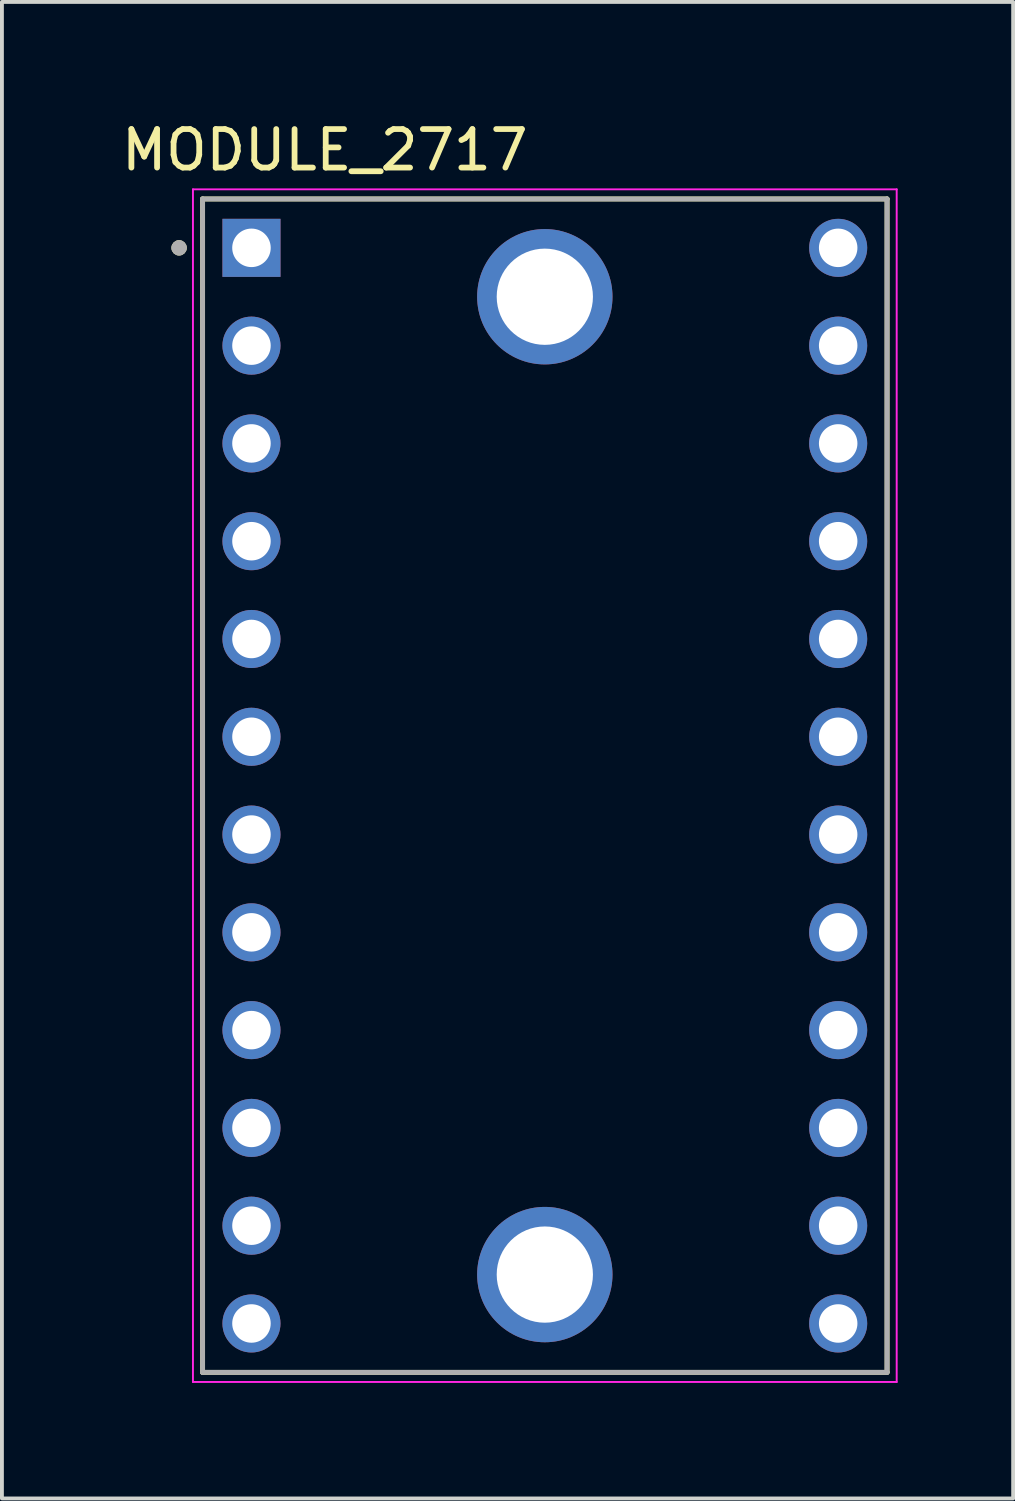
<source format=kicad_pcb>
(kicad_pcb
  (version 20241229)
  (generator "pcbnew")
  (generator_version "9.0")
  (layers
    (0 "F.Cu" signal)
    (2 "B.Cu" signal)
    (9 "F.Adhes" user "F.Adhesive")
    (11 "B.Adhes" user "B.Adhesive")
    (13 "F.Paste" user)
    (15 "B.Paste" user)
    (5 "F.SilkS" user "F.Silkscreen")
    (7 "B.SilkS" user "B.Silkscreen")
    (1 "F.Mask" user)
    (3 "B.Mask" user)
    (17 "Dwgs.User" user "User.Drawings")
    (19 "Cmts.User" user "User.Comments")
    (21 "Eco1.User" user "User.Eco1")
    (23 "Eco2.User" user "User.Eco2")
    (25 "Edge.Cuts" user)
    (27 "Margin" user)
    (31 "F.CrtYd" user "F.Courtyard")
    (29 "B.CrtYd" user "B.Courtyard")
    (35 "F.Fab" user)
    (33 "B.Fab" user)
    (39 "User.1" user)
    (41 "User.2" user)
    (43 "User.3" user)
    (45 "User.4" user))
  (footprint "MODULE_2717"
    (layer "F.Cu")
    (at 11.102 17.358)
    (property "Reference" "MODULE_2717" (at -5.715 -16.51 0) (layer "F.SilkS") (effects (font (size 1 1) (thickness 0.15))))
    (attr through_hole)
    (fp_line (start -8.89 -15.24) (end 8.89 -15.24) (stroke (width 0.127) (type solid)) (layer "F.SilkS"))
    (fp_line (start -8.89 15.24) (end -8.89 -15.24) (stroke (width 0.127) (type solid)) (layer "F.SilkS"))
    (fp_line (start 8.89 -15.24) (end 8.89 15.24) (stroke (width 0.127) (type solid)) (layer "F.SilkS"))
    (fp_line (start 8.89 15.24) (end -8.89 15.24) (stroke (width 0.127) (type solid)) (layer "F.SilkS"))
    (fp_circle (center -9.5 -13.97) (end -9.4 -13.97) (stroke (width 0.2) (type solid)) (fill no) (layer "F.SilkS"))
    (fp_line (start -9.14 -15.49) (end -9.14 15.49) (stroke (width 0.05) (type solid)) (layer "F.CrtYd"))
    (fp_line (start -9.14 15.49) (end 9.14 15.49) (stroke (width 0.05) (type solid)) (layer "F.CrtYd"))
    (fp_line (start 9.14 -15.49) (end -9.14 -15.49) (stroke (width 0.05) (type solid)) (layer "F.CrtYd"))
    (fp_line (start 9.14 15.49) (end 9.14 -15.49) (stroke (width 0.05) (type solid)) (layer "F.CrtYd"))
    (fp_line (start -8.89 -15.24) (end 8.89 -15.24) (stroke (width 0.127) (type solid)) (layer "F.Fab"))
    (fp_line (start -8.89 15.24) (end -8.89 -15.24) (stroke (width 0.127) (type solid)) (layer "F.Fab"))
    (fp_line (start -8.89 15.24) (end 8.89 15.24) (stroke (width 0.127) (type solid)) (layer "F.Fab"))
    (fp_line (start 8.89 -15.24) (end 8.89 15.24) (stroke (width 0.127) (type solid)) (layer "F.Fab"))
    (fp_circle (center -9.5 -13.97) (end -9.4 -13.97) (stroke (width 0.2) (type solid)) (fill no) (layer "F.Fab"))
    (pad "1" thru_hole rect (at -7.62 -13.97) (size 1.508 1.508) (drill 1) (layers "*.Cu" "*.Mask"))
    (pad "2" thru_hole circle (at -7.62 -11.43) (size 1.508 1.508) (drill 1) (layers "*.Cu" "*.Mask"))
    (pad "3" thru_hole circle (at -7.62 -8.89) (size 1.508 1.508) (drill 1) (layers "*.Cu" "*.Mask"))
    (pad "4" thru_hole circle (at -7.62 -6.35) (size 1.508 1.508) (drill 1) (layers "*.Cu" "*.Mask"))
    (pad "5" thru_hole circle (at -7.62 -3.81) (size 1.508 1.508) (drill 1) (layers "*.Cu" "*.Mask"))
    (pad "6" thru_hole circle (at -7.62 -1.27) (size 1.508 1.508) (drill 1) (layers "*.Cu" "*.Mask"))
    (pad "7" thru_hole circle (at -7.62 1.27) (size 1.508 1.508) (drill 1) (layers "*.Cu" "*.Mask"))
    (pad "8" thru_hole circle (at -7.62 3.81) (size 1.508 1.508) (drill 1) (layers "*.Cu" "*.Mask"))
    (pad "9" thru_hole circle (at -7.62 6.35) (size 1.508 1.508) (drill 1) (layers "*.Cu" "*.Mask"))
    (pad "10" thru_hole circle (at -7.62 8.89) (size 1.508 1.508) (drill 1) (layers "*.Cu" "*.Mask"))
    (pad "11" thru_hole circle (at -7.62 11.43) (size 1.508 1.508) (drill 1) (layers "*.Cu" "*.Mask"))
    (pad "12" thru_hole circle (at -7.62 13.97) (size 1.508 1.508) (drill 1) (layers "*.Cu" "*.Mask"))
    (pad "13" thru_hole circle (at 7.62 13.97) (size 1.508 1.508) (drill 1) (layers "*.Cu" "*.Mask"))
    (pad "14" thru_hole circle (at 7.62 11.43) (size 1.508 1.508) (drill 1) (layers "*.Cu" "*.Mask"))
    (pad "15" thru_hole circle (at 7.62 8.89) (size 1.508 1.508) (drill 1) (layers "*.Cu" "*.Mask"))
    (pad "16" thru_hole circle (at 7.62 6.35) (size 1.508 1.508) (drill 1) (layers "*.Cu" "*.Mask"))
    (pad "17" thru_hole circle (at 7.62 3.81) (size 1.508 1.508) (drill 1) (layers "*.Cu" "*.Mask"))
    (pad "18" thru_hole circle (at 7.62 1.27) (size 1.508 1.508) (drill 1) (layers "*.Cu" "*.Mask"))
    (pad "19" thru_hole circle (at 7.62 -1.27) (size 1.508 1.508) (drill 1) (layers "*.Cu" "*.Mask"))
    (pad "20" thru_hole circle (at 7.62 -3.81) (size 1.508 1.508) (drill 1) (layers "*.Cu" "*.Mask"))
    (pad "21" thru_hole circle (at 7.62 -6.35) (size 1.508 1.508) (drill 1) (layers "*.Cu" "*.Mask"))
    (pad "22" thru_hole circle (at 7.62 -8.89) (size 1.508 1.508) (drill 1) (layers "*.Cu" "*.Mask"))
    (pad "23" thru_hole circle (at 7.62 -11.43) (size 1.508 1.508) (drill 1) (layers "*.Cu" "*.Mask"))
    (pad "24" thru_hole circle (at 7.62 -13.97) (size 1.508 1.508) (drill 1) (layers "*.Cu" "*.Mask"))
    (pad "P1" thru_hole circle (at 0 -12.7) (size 3.516 3.516) (drill 2.5) (layers "*.Cu" "*.Mask"))
    (pad "P2" thru_hole circle (at 0 12.7) (size 3.516 3.516) (drill 2.5) (layers "*.Cu" "*.Mask"))
    (zone (net_name "") (layer "F.Cu") (hatch full 0.508) (connect_pads) (min_thickness 2.032) (filled_areas_thickness no) (keepout (tracks not_allowed) (vias not_allowed) (pads not_allowed) (copperpour not_allowed) (footprints allowed)) (placement (enabled no)) (fill) (polygon (pts (xy 13.118 4.658) (xy 13.108 4.856) (xy 13.079 5.052) (xy 13.031 5.243) (xy 12.964 5.43) (xy 12.88 5.609) (xy 12.778 5.778) (xy 12.66 5.937) (xy 12.527 6.084) (xy 12.381 6.217) (xy 12.222 6.334) (xy 12.052 6.436) (xy 11.873 6.521) (xy 11.687 6.587) (xy 11.495 6.636) (xy 11.3 6.665) (xy 11.102 6.674) (xy 10.904 6.665) (xy 10.709 6.636) (xy 10.517 6.587) (xy 10.33 6.521) (xy 10.152 6.436) (xy 9.982 6.334) (xy 9.823 6.217) (xy 9.676 6.084) (xy 9.544 5.937) (xy 9.426 5.778) (xy 9.324 5.609) (xy 9.239 5.43) (xy 9.173 5.243) (xy 9.125 5.052) (xy 9.096 4.856) (xy 9.086 4.658) (xy 9.096 4.461) (xy 9.125 4.265) (xy 9.173 4.073) (xy 9.239 3.887) (xy 9.324 3.708) (xy 9.426 3.538) (xy 9.544 3.379) (xy 9.676 3.233) (xy 9.823 3.1) (xy 9.982 2.982) (xy 10.152 2.88) (xy 10.33 2.796) (xy 10.517 2.729) (xy 10.709 2.681) (xy 10.904 2.652) (xy 11.102 2.642) (xy 11.3 2.652) (xy 11.495 2.681) (xy 11.687 2.729) (xy 11.873 2.796) (xy 12.052 2.88) (xy 12.222 2.982) (xy 12.381 3.1) (xy 12.527 3.233) (xy 12.66 3.379) (xy 12.778 3.538) (xy 12.88 3.708) (xy 12.964 3.887) (xy 13.031 4.073) (xy 13.079 4.265) (xy 13.108 4.461))))
    (zone (net_name "") (layer "F.Cu") (hatch full 0.508) (connect_pads) (min_thickness 2.032) (filled_areas_thickness no) (keepout (tracks not_allowed) (vias not_allowed) (pads not_allowed) (copperpour not_allowed) (footprints allowed)) (placement (enabled no)) (fill) (polygon (pts (xy 13.118 30.058) (xy 13.108 30.256) (xy 13.079 30.452) (xy 13.031 30.643) (xy 12.964 30.83) (xy 12.88 31.009) (xy 12.778 31.178) (xy 12.66 31.337) (xy 12.527 31.484) (xy 12.381 31.617) (xy 12.222 31.734) (xy 12.052 31.836) (xy 11.873 31.921) (xy 11.687 31.987) (xy 11.495 32.036) (xy 11.3 32.065) (xy 11.102 32.074) (xy 10.904 32.065) (xy 10.709 32.036) (xy 10.517 31.987) (xy 10.33 31.921) (xy 10.152 31.836) (xy 9.982 31.734) (xy 9.823 31.617) (xy 9.676 31.484) (xy 9.544 31.337) (xy 9.426 31.178) (xy 9.324 31.009) (xy 9.239 30.83) (xy 9.173 30.643) (xy 9.125 30.452) (xy 9.096 30.256) (xy 9.086 30.058) (xy 9.096 29.861) (xy 9.125 29.665) (xy 9.173 29.473) (xy 9.239 29.287) (xy 9.324 29.108) (xy 9.426 28.938) (xy 9.544 28.779) (xy 9.676 28.633) (xy 9.823 28.5) (xy 9.982 28.382) (xy 10.152 28.28) (xy 10.33 28.196) (xy 10.517 28.129) (xy 10.709 28.081) (xy 10.904 28.052) (xy 11.102 28.042) (xy 11.3 28.052) (xy 11.495 28.081) (xy 11.687 28.129) (xy 11.873 28.196) (xy 12.052 28.28) (xy 12.222 28.382) (xy 12.381 28.5) (xy 12.527 28.633) (xy 12.66 28.779) (xy 12.778 28.938) (xy 12.88 29.108) (xy 12.964 29.287) (xy 13.031 29.473) (xy 13.079 29.665) (xy 13.108 29.861))))
    (zone (net_name "") (layer "B.Cu") (hatch full 0.508) (connect_pads) (min_thickness 2.032) (filled_areas_thickness no) (keepout (tracks not_allowed) (vias not_allowed) (pads not_allowed) (copperpour not_allowed) (footprints allowed)) (placement (enabled no)) (fill) (polygon (pts (xy 13.118 4.658) (xy 13.108 4.856) (xy 13.079 5.052) (xy 13.031 5.243) (xy 12.964 5.43) (xy 12.88 5.609) (xy 12.778 5.778) (xy 12.66 5.937) (xy 12.527 6.084) (xy 12.381 6.217) (xy 12.222 6.334) (xy 12.052 6.436) (xy 11.873 6.521) (xy 11.687 6.587) (xy 11.495 6.636) (xy 11.3 6.665) (xy 11.102 6.674) (xy 10.904 6.665) (xy 10.709 6.636) (xy 10.517 6.587) (xy 10.33 6.521) (xy 10.152 6.436) (xy 9.982 6.334) (xy 9.823 6.217) (xy 9.676 6.084) (xy 9.544 5.937) (xy 9.426 5.778) (xy 9.324 5.609) (xy 9.239 5.43) (xy 9.173 5.243) (xy 9.125 5.052) (xy 9.096 4.856) (xy 9.086 4.658) (xy 9.096 4.461) (xy 9.125 4.265) (xy 9.173 4.073) (xy 9.239 3.887) (xy 9.324 3.708) (xy 9.426 3.538) (xy 9.544 3.379) (xy 9.676 3.233) (xy 9.823 3.1) (xy 9.982 2.982) (xy 10.152 2.88) (xy 10.33 2.796) (xy 10.517 2.729) (xy 10.709 2.681) (xy 10.904 2.652) (xy 11.102 2.642) (xy 11.3 2.652) (xy 11.495 2.681) (xy 11.687 2.729) (xy 11.873 2.796) (xy 12.052 2.88) (xy 12.222 2.982) (xy 12.381 3.1) (xy 12.527 3.233) (xy 12.66 3.379) (xy 12.778 3.538) (xy 12.88 3.708) (xy 12.964 3.887) (xy 13.031 4.073) (xy 13.079 4.265) (xy 13.108 4.461))))
    (zone (net_name "") (layer "B.Cu") (hatch full 0.508) (connect_pads) (min_thickness 2.032) (filled_areas_thickness no) (keepout (tracks not_allowed) (vias not_allowed) (pads not_allowed) (copperpour not_allowed) (footprints allowed)) (placement (enabled no)) (fill) (polygon (pts (xy 13.118 30.058) (xy 13.108 30.256) (xy 13.079 30.452) (xy 13.031 30.643) (xy 12.964 30.83) (xy 12.88 31.009) (xy 12.778 31.178) (xy 12.66 31.337) (xy 12.527 31.484) (xy 12.381 31.617) (xy 12.222 31.734) (xy 12.052 31.836) (xy 11.873 31.921) (xy 11.687 31.987) (xy 11.495 32.036) (xy 11.3 32.065) (xy 11.102 32.074) (xy 10.904 32.065) (xy 10.709 32.036) (xy 10.517 31.987) (xy 10.33 31.921) (xy 10.152 31.836) (xy 9.982 31.734) (xy 9.823 31.617) (xy 9.676 31.484) (xy 9.544 31.337) (xy 9.426 31.178) (xy 9.324 31.009) (xy 9.239 30.83) (xy 9.173 30.643) (xy 9.125 30.452) (xy 9.096 30.256) (xy 9.086 30.058) (xy 9.096 29.861) (xy 9.125 29.665) (xy 9.173 29.473) (xy 9.239 29.287) (xy 9.324 29.108) (xy 9.426 28.938) (xy 9.544 28.779) (xy 9.676 28.633) (xy 9.823 28.5) (xy 9.982 28.382) (xy 10.152 28.28) (xy 10.33 28.196) (xy 10.517 28.129) (xy 10.709 28.081) (xy 10.904 28.052) (xy 11.102 28.042) (xy 11.3 28.052) (xy 11.495 28.081) (xy 11.687 28.129) (xy 11.873 28.196) (xy 12.052 28.28) (xy 12.222 28.382) (xy 12.381 28.5) (xy 12.527 28.633) (xy 12.66 28.779) (xy 12.778 28.938) (xy 12.88 29.108) (xy 12.964 29.287) (xy 13.031 29.473) (xy 13.079 29.665) (xy 13.108 29.861)))))
  (gr_rect
    (start -3 -3)
    (end 23.267 35.873)
    (stroke (width 0.1) (type default))
    (fill no)
    (layer "Edge.Cuts")))
</source>
